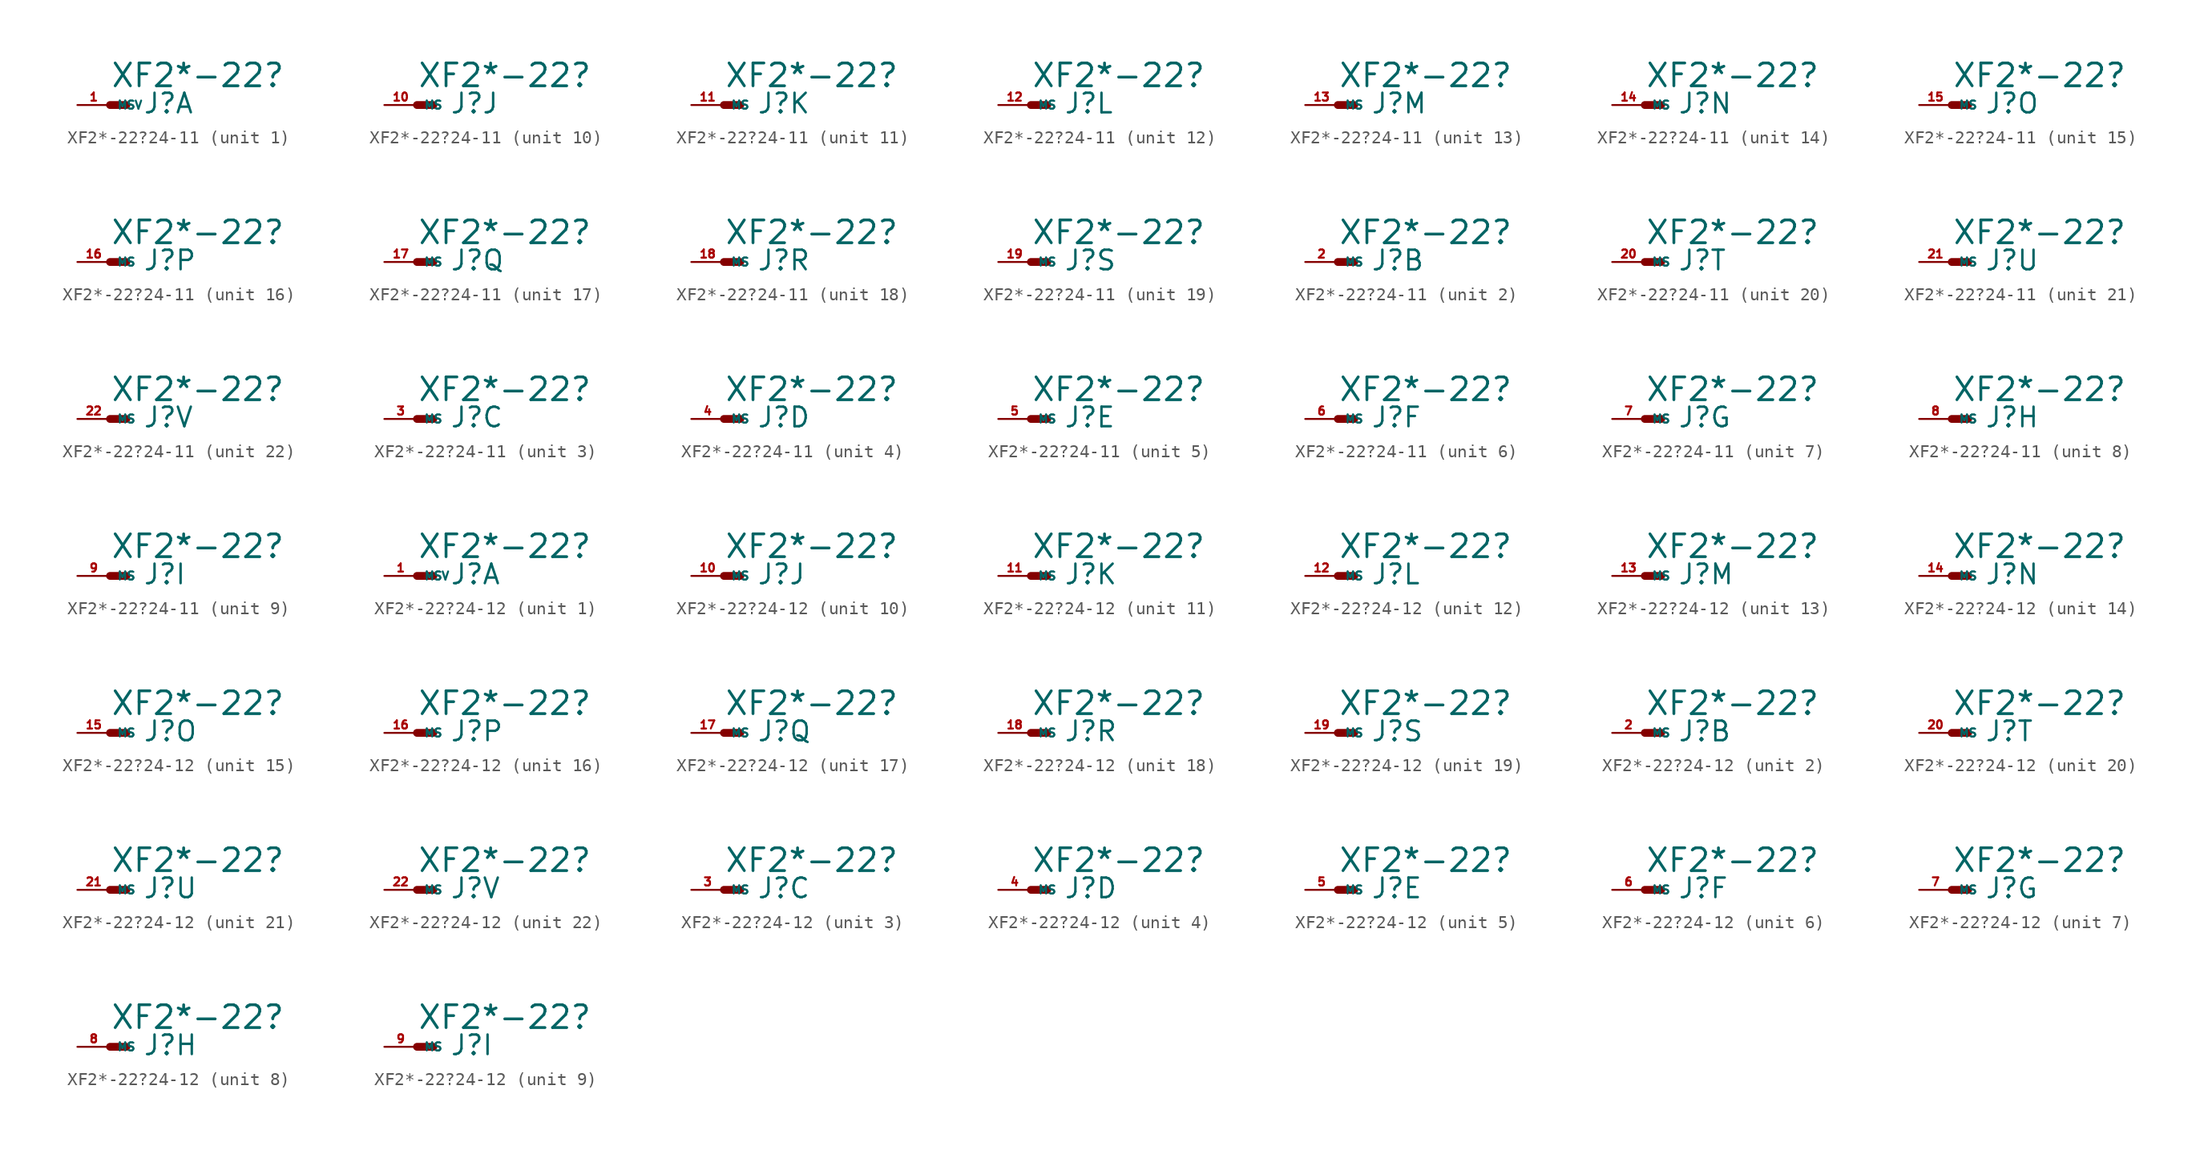
<source format=kicad_sym>
(kicad_symbol_lib
  (version 20220914)
  (generator Eagle2Kicad)
  (symbol "XF2*-22?24-11"
    (property "Reference" "J"
      (at 2.54 -0.762 0)
      (effects (font (size 1.524 1.524) (thickness 0.19)) (justify left bottom)))
    (property "Value" "XF2*-22?"
      (at 0 1.27 0)
      (effects (font (size 1.778 1.778) (thickness 0.22)) (justify left bottom)))
    (symbol "XF2*-22?24-11_1_0"
      (polyline (pts (xy 0 0) (xy 1.27 0)) (stroke (width 0.61) (type default)) (fill (type none)))
      (pin passive line (at -2.54 0 0) (length 2.54) (name "MSV" (effects (font (size 0.635 0.635) (thickness 0.08)) (justify left bottom))) (number "1" (effects (font (size 0.635 0.635) (thickness 0.08)) (justify left bottom)))))
    (symbol "XF2*-22?24-11_2_0"
      (polyline (pts (xy 0 0) (xy 1.27 0)) (stroke (width 0.61) (type default)) (fill (type none)))
      (pin passive line (at -2.54 0 0) (length 2.54) (name "MS" (effects (font (size 0.635 0.635) (thickness 0.08)) (justify left bottom))) (number "2" (effects (font (size 0.635 0.635) (thickness 0.08)) (justify left bottom)))))
    (symbol "XF2*-22?24-11_3_0"
      (polyline (pts (xy 0 0) (xy 1.27 0)) (stroke (width 0.61) (type default)) (fill (type none)))
      (pin passive line (at -2.54 0 0) (length 2.54) (name "MS" (effects (font (size 0.635 0.635) (thickness 0.08)) (justify left bottom))) (number "3" (effects (font (size 0.635 0.635) (thickness 0.08)) (justify left bottom)))))
    (symbol "XF2*-22?24-11_4_0"
      (polyline (pts (xy 0 0) (xy 1.27 0)) (stroke (width 0.61) (type default)) (fill (type none)))
      (pin passive line (at -2.54 0 0) (length 2.54) (name "MS" (effects (font (size 0.635 0.635) (thickness 0.08)) (justify left bottom))) (number "4" (effects (font (size 0.635 0.635) (thickness 0.08)) (justify left bottom)))))
    (symbol "XF2*-22?24-11_5_0"
      (polyline (pts (xy 0 0) (xy 1.27 0)) (stroke (width 0.61) (type default)) (fill (type none)))
      (pin passive line (at -2.54 0 0) (length 2.54) (name "MS" (effects (font (size 0.635 0.635) (thickness 0.08)) (justify left bottom))) (number "5" (effects (font (size 0.635 0.635) (thickness 0.08)) (justify left bottom)))))
    (symbol "XF2*-22?24-11_6_0"
      (polyline (pts (xy 0 0) (xy 1.27 0)) (stroke (width 0.61) (type default)) (fill (type none)))
      (pin passive line (at -2.54 0 0) (length 2.54) (name "MS" (effects (font (size 0.635 0.635) (thickness 0.08)) (justify left bottom))) (number "6" (effects (font (size 0.635 0.635) (thickness 0.08)) (justify left bottom)))))
    (symbol "XF2*-22?24-11_7_0"
      (polyline (pts (xy 0 0) (xy 1.27 0)) (stroke (width 0.61) (type default)) (fill (type none)))
      (pin passive line (at -2.54 0 0) (length 2.54) (name "MS" (effects (font (size 0.635 0.635) (thickness 0.08)) (justify left bottom))) (number "7" (effects (font (size 0.635 0.635) (thickness 0.08)) (justify left bottom)))))
    (symbol "XF2*-22?24-11_8_0"
      (polyline (pts (xy 0 0) (xy 1.27 0)) (stroke (width 0.61) (type default)) (fill (type none)))
      (pin passive line (at -2.54 0 0) (length 2.54) (name "MS" (effects (font (size 0.635 0.635) (thickness 0.08)) (justify left bottom))) (number "8" (effects (font (size 0.635 0.635) (thickness 0.08)) (justify left bottom)))))
    (symbol "XF2*-22?24-11_9_0"
      (polyline (pts (xy 0 0) (xy 1.27 0)) (stroke (width 0.61) (type default)) (fill (type none)))
      (pin passive line (at -2.54 0 0) (length 2.54) (name "MS" (effects (font (size 0.635 0.635) (thickness 0.08)) (justify left bottom))) (number "9" (effects (font (size 0.635 0.635) (thickness 0.08)) (justify left bottom)))))
    (symbol "XF2*-22?24-11_10_0"
      (polyline (pts (xy 0 0) (xy 1.27 0)) (stroke (width 0.61) (type default)) (fill (type none)))
      (pin passive line (at -2.54 0 0) (length 2.54) (name "MS" (effects (font (size 0.635 0.635) (thickness 0.08)) (justify left bottom))) (number "10" (effects (font (size 0.635 0.635) (thickness 0.08)) (justify left bottom)))))
    (symbol "XF2*-22?24-11_11_0"
      (polyline (pts (xy 0 0) (xy 1.27 0)) (stroke (width 0.61) (type default)) (fill (type none)))
      (pin passive line (at -2.54 0 0) (length 2.54) (name "MS" (effects (font (size 0.635 0.635) (thickness 0.08)) (justify left bottom))) (number "11" (effects (font (size 0.635 0.635) (thickness 0.08)) (justify left bottom)))))
    (symbol "XF2*-22?24-11_12_0"
      (polyline (pts (xy 0 0) (xy 1.27 0)) (stroke (width 0.61) (type default)) (fill (type none)))
      (pin passive line (at -2.54 0 0) (length 2.54) (name "MS" (effects (font (size 0.635 0.635) (thickness 0.08)) (justify left bottom))) (number "12" (effects (font (size 0.635 0.635) (thickness 0.08)) (justify left bottom)))))
    (symbol "XF2*-22?24-11_13_0"
      (polyline (pts (xy 0 0) (xy 1.27 0)) (stroke (width 0.61) (type default)) (fill (type none)))
      (pin passive line (at -2.54 0 0) (length 2.54) (name "MS" (effects (font (size 0.635 0.635) (thickness 0.08)) (justify left bottom))) (number "13" (effects (font (size 0.635 0.635) (thickness 0.08)) (justify left bottom)))))
    (symbol "XF2*-22?24-11_14_0"
      (polyline (pts (xy 0 0) (xy 1.27 0)) (stroke (width 0.61) (type default)) (fill (type none)))
      (pin passive line (at -2.54 0 0) (length 2.54) (name "MS" (effects (font (size 0.635 0.635) (thickness 0.08)) (justify left bottom))) (number "14" (effects (font (size 0.635 0.635) (thickness 0.08)) (justify left bottom)))))
    (symbol "XF2*-22?24-11_15_0"
      (polyline (pts (xy 0 0) (xy 1.27 0)) (stroke (width 0.61) (type default)) (fill (type none)))
      (pin passive line (at -2.54 0 0) (length 2.54) (name "MS" (effects (font (size 0.635 0.635) (thickness 0.08)) (justify left bottom))) (number "15" (effects (font (size 0.635 0.635) (thickness 0.08)) (justify left bottom)))))
    (symbol "XF2*-22?24-11_16_0"
      (polyline (pts (xy 0 0) (xy 1.27 0)) (stroke (width 0.61) (type default)) (fill (type none)))
      (pin passive line (at -2.54 0 0) (length 2.54) (name "MS" (effects (font (size 0.635 0.635) (thickness 0.08)) (justify left bottom))) (number "16" (effects (font (size 0.635 0.635) (thickness 0.08)) (justify left bottom)))))
    (symbol "XF2*-22?24-11_17_0"
      (polyline (pts (xy 0 0) (xy 1.27 0)) (stroke (width 0.61) (type default)) (fill (type none)))
      (pin passive line (at -2.54 0 0) (length 2.54) (name "MS" (effects (font (size 0.635 0.635) (thickness 0.08)) (justify left bottom))) (number "17" (effects (font (size 0.635 0.635) (thickness 0.08)) (justify left bottom)))))
    (symbol "XF2*-22?24-11_18_0"
      (polyline (pts (xy 0 0) (xy 1.27 0)) (stroke (width 0.61) (type default)) (fill (type none)))
      (pin passive line (at -2.54 0 0) (length 2.54) (name "MS" (effects (font (size 0.635 0.635) (thickness 0.08)) (justify left bottom))) (number "18" (effects (font (size 0.635 0.635) (thickness 0.08)) (justify left bottom)))))
    (symbol "XF2*-22?24-11_19_0"
      (polyline (pts (xy 0 0) (xy 1.27 0)) (stroke (width 0.61) (type default)) (fill (type none)))
      (pin passive line (at -2.54 0 0) (length 2.54) (name "MS" (effects (font (size 0.635 0.635) (thickness 0.08)) (justify left bottom))) (number "19" (effects (font (size 0.635 0.635) (thickness 0.08)) (justify left bottom)))))
    (symbol "XF2*-22?24-11_20_0"
      (polyline (pts (xy 0 0) (xy 1.27 0)) (stroke (width 0.61) (type default)) (fill (type none)))
      (pin passive line (at -2.54 0 0) (length 2.54) (name "MS" (effects (font (size 0.635 0.635) (thickness 0.08)) (justify left bottom))) (number "20" (effects (font (size 0.635 0.635) (thickness 0.08)) (justify left bottom)))))
    (symbol "XF2*-22?24-11_21_0"
      (polyline (pts (xy 0 0) (xy 1.27 0)) (stroke (width 0.61) (type default)) (fill (type none)))
      (pin passive line (at -2.54 0 0) (length 2.54) (name "MS" (effects (font (size 0.635 0.635) (thickness 0.08)) (justify left bottom))) (number "21" (effects (font (size 0.635 0.635) (thickness 0.08)) (justify left bottom)))))
    (symbol "XF2*-22?24-11_22_0"
      (polyline (pts (xy 0 0) (xy 1.27 0)) (stroke (width 0.61) (type default)) (fill (type none)))
      (pin passive line (at -2.54 0 0) (length 2.54) (name "MS" (effects (font (size 0.635 0.635) (thickness 0.08)) (justify left bottom))) (number "22" (effects (font (size 0.635 0.635) (thickness 0.08)) (justify left bottom))))))
  (symbol "XF2*-22?24-12"
    (property "Reference" "J"
      (at 2.54 -0.762 0)
      (effects (font (size 1.524 1.524) (thickness 0.19)) (justify left bottom)))
    (property "Value" "XF2*-22?"
      (at 0 1.27 0)
      (effects (font (size 1.778 1.778) (thickness 0.22)) (justify left bottom)))
    (symbol "XF2*-22?24-12_1_0"
      (polyline (pts (xy 0 0) (xy 1.27 0)) (stroke (width 0.61) (type default)) (fill (type none)))
      (pin passive line (at -2.54 0 0) (length 2.54) (name "MSV" (effects (font (size 0.635 0.635) (thickness 0.08)) (justify left bottom))) (number "1" (effects (font (size 0.635 0.635) (thickness 0.08)) (justify left bottom)))))
    (symbol "XF2*-22?24-12_2_0"
      (polyline (pts (xy 0 0) (xy 1.27 0)) (stroke (width 0.61) (type default)) (fill (type none)))
      (pin passive line (at -2.54 0 0) (length 2.54) (name "MS" (effects (font (size 0.635 0.635) (thickness 0.08)) (justify left bottom))) (number "2" (effects (font (size 0.635 0.635) (thickness 0.08)) (justify left bottom)))))
    (symbol "XF2*-22?24-12_3_0"
      (polyline (pts (xy 0 0) (xy 1.27 0)) (stroke (width 0.61) (type default)) (fill (type none)))
      (pin passive line (at -2.54 0 0) (length 2.54) (name "MS" (effects (font (size 0.635 0.635) (thickness 0.08)) (justify left bottom))) (number "3" (effects (font (size 0.635 0.635) (thickness 0.08)) (justify left bottom)))))
    (symbol "XF2*-22?24-12_4_0"
      (polyline (pts (xy 0 0) (xy 1.27 0)) (stroke (width 0.61) (type default)) (fill (type none)))
      (pin passive line (at -2.54 0 0) (length 2.54) (name "MS" (effects (font (size 0.635 0.635) (thickness 0.08)) (justify left bottom))) (number "4" (effects (font (size 0.635 0.635) (thickness 0.08)) (justify left bottom)))))
    (symbol "XF2*-22?24-12_5_0"
      (polyline (pts (xy 0 0) (xy 1.27 0)) (stroke (width 0.61) (type default)) (fill (type none)))
      (pin passive line (at -2.54 0 0) (length 2.54) (name "MS" (effects (font (size 0.635 0.635) (thickness 0.08)) (justify left bottom))) (number "5" (effects (font (size 0.635 0.635) (thickness 0.08)) (justify left bottom)))))
    (symbol "XF2*-22?24-12_6_0"
      (polyline (pts (xy 0 0) (xy 1.27 0)) (stroke (width 0.61) (type default)) (fill (type none)))
      (pin passive line (at -2.54 0 0) (length 2.54) (name "MS" (effects (font (size 0.635 0.635) (thickness 0.08)) (justify left bottom))) (number "6" (effects (font (size 0.635 0.635) (thickness 0.08)) (justify left bottom)))))
    (symbol "XF2*-22?24-12_7_0"
      (polyline (pts (xy 0 0) (xy 1.27 0)) (stroke (width 0.61) (type default)) (fill (type none)))
      (pin passive line (at -2.54 0 0) (length 2.54) (name "MS" (effects (font (size 0.635 0.635) (thickness 0.08)) (justify left bottom))) (number "7" (effects (font (size 0.635 0.635) (thickness 0.08)) (justify left bottom)))))
    (symbol "XF2*-22?24-12_8_0"
      (polyline (pts (xy 0 0) (xy 1.27 0)) (stroke (width 0.61) (type default)) (fill (type none)))
      (pin passive line (at -2.54 0 0) (length 2.54) (name "MS" (effects (font (size 0.635 0.635) (thickness 0.08)) (justify left bottom))) (number "8" (effects (font (size 0.635 0.635) (thickness 0.08)) (justify left bottom)))))
    (symbol "XF2*-22?24-12_9_0"
      (polyline (pts (xy 0 0) (xy 1.27 0)) (stroke (width 0.61) (type default)) (fill (type none)))
      (pin passive line (at -2.54 0 0) (length 2.54) (name "MS" (effects (font (size 0.635 0.635) (thickness 0.08)) (justify left bottom))) (number "9" (effects (font (size 0.635 0.635) (thickness 0.08)) (justify left bottom)))))
    (symbol "XF2*-22?24-12_10_0"
      (polyline (pts (xy 0 0) (xy 1.27 0)) (stroke (width 0.61) (type default)) (fill (type none)))
      (pin passive line (at -2.54 0 0) (length 2.54) (name "MS" (effects (font (size 0.635 0.635) (thickness 0.08)) (justify left bottom))) (number "10" (effects (font (size 0.635 0.635) (thickness 0.08)) (justify left bottom)))))
    (symbol "XF2*-22?24-12_11_0"
      (polyline (pts (xy 0 0) (xy 1.27 0)) (stroke (width 0.61) (type default)) (fill (type none)))
      (pin passive line (at -2.54 0 0) (length 2.54) (name "MS" (effects (font (size 0.635 0.635) (thickness 0.08)) (justify left bottom))) (number "11" (effects (font (size 0.635 0.635) (thickness 0.08)) (justify left bottom)))))
    (symbol "XF2*-22?24-12_12_0"
      (polyline (pts (xy 0 0) (xy 1.27 0)) (stroke (width 0.61) (type default)) (fill (type none)))
      (pin passive line (at -2.54 0 0) (length 2.54) (name "MS" (effects (font (size 0.635 0.635) (thickness 0.08)) (justify left bottom))) (number "12" (effects (font (size 0.635 0.635) (thickness 0.08)) (justify left bottom)))))
    (symbol "XF2*-22?24-12_13_0"
      (polyline (pts (xy 0 0) (xy 1.27 0)) (stroke (width 0.61) (type default)) (fill (type none)))
      (pin passive line (at -2.54 0 0) (length 2.54) (name "MS" (effects (font (size 0.635 0.635) (thickness 0.08)) (justify left bottom))) (number "13" (effects (font (size 0.635 0.635) (thickness 0.08)) (justify left bottom)))))
    (symbol "XF2*-22?24-12_14_0"
      (polyline (pts (xy 0 0) (xy 1.27 0)) (stroke (width 0.61) (type default)) (fill (type none)))
      (pin passive line (at -2.54 0 0) (length 2.54) (name "MS" (effects (font (size 0.635 0.635) (thickness 0.08)) (justify left bottom))) (number "14" (effects (font (size 0.635 0.635) (thickness 0.08)) (justify left bottom)))))
    (symbol "XF2*-22?24-12_15_0"
      (polyline (pts (xy 0 0) (xy 1.27 0)) (stroke (width 0.61) (type default)) (fill (type none)))
      (pin passive line (at -2.54 0 0) (length 2.54) (name "MS" (effects (font (size 0.635 0.635) (thickness 0.08)) (justify left bottom))) (number "15" (effects (font (size 0.635 0.635) (thickness 0.08)) (justify left bottom)))))
    (symbol "XF2*-22?24-12_16_0"
      (polyline (pts (xy 0 0) (xy 1.27 0)) (stroke (width 0.61) (type default)) (fill (type none)))
      (pin passive line (at -2.54 0 0) (length 2.54) (name "MS" (effects (font (size 0.635 0.635) (thickness 0.08)) (justify left bottom))) (number "16" (effects (font (size 0.635 0.635) (thickness 0.08)) (justify left bottom)))))
    (symbol "XF2*-22?24-12_17_0"
      (polyline (pts (xy 0 0) (xy 1.27 0)) (stroke (width 0.61) (type default)) (fill (type none)))
      (pin passive line (at -2.54 0 0) (length 2.54) (name "MS" (effects (font (size 0.635 0.635) (thickness 0.08)) (justify left bottom))) (number "17" (effects (font (size 0.635 0.635) (thickness 0.08)) (justify left bottom)))))
    (symbol "XF2*-22?24-12_18_0"
      (polyline (pts (xy 0 0) (xy 1.27 0)) (stroke (width 0.61) (type default)) (fill (type none)))
      (pin passive line (at -2.54 0 0) (length 2.54) (name "MS" (effects (font (size 0.635 0.635) (thickness 0.08)) (justify left bottom))) (number "18" (effects (font (size 0.635 0.635) (thickness 0.08)) (justify left bottom)))))
    (symbol "XF2*-22?24-12_19_0"
      (polyline (pts (xy 0 0) (xy 1.27 0)) (stroke (width 0.61) (type default)) (fill (type none)))
      (pin passive line (at -2.54 0 0) (length 2.54) (name "MS" (effects (font (size 0.635 0.635) (thickness 0.08)) (justify left bottom))) (number "19" (effects (font (size 0.635 0.635) (thickness 0.08)) (justify left bottom)))))
    (symbol "XF2*-22?24-12_20_0"
      (polyline (pts (xy 0 0) (xy 1.27 0)) (stroke (width 0.61) (type default)) (fill (type none)))
      (pin passive line (at -2.54 0 0) (length 2.54) (name "MS" (effects (font (size 0.635 0.635) (thickness 0.08)) (justify left bottom))) (number "20" (effects (font (size 0.635 0.635) (thickness 0.08)) (justify left bottom)))))
    (symbol "XF2*-22?24-12_21_0"
      (polyline (pts (xy 0 0) (xy 1.27 0)) (stroke (width 0.61) (type default)) (fill (type none)))
      (pin passive line (at -2.54 0 0) (length 2.54) (name "MS" (effects (font (size 0.635 0.635) (thickness 0.08)) (justify left bottom))) (number "21" (effects (font (size 0.635 0.635) (thickness 0.08)) (justify left bottom)))))
    (symbol "XF2*-22?24-12_22_0"
      (polyline (pts (xy 0 0) (xy 1.27 0)) (stroke (width 0.61) (type default)) (fill (type none)))
      (pin passive line (at -2.54 0 0) (length 2.54) (name "MS" (effects (font (size 0.635 0.635) (thickness 0.08)) (justify left bottom))) (number "22" (effects (font (size 0.635 0.635) (thickness 0.08)) (justify left bottom)))))))
</source>
